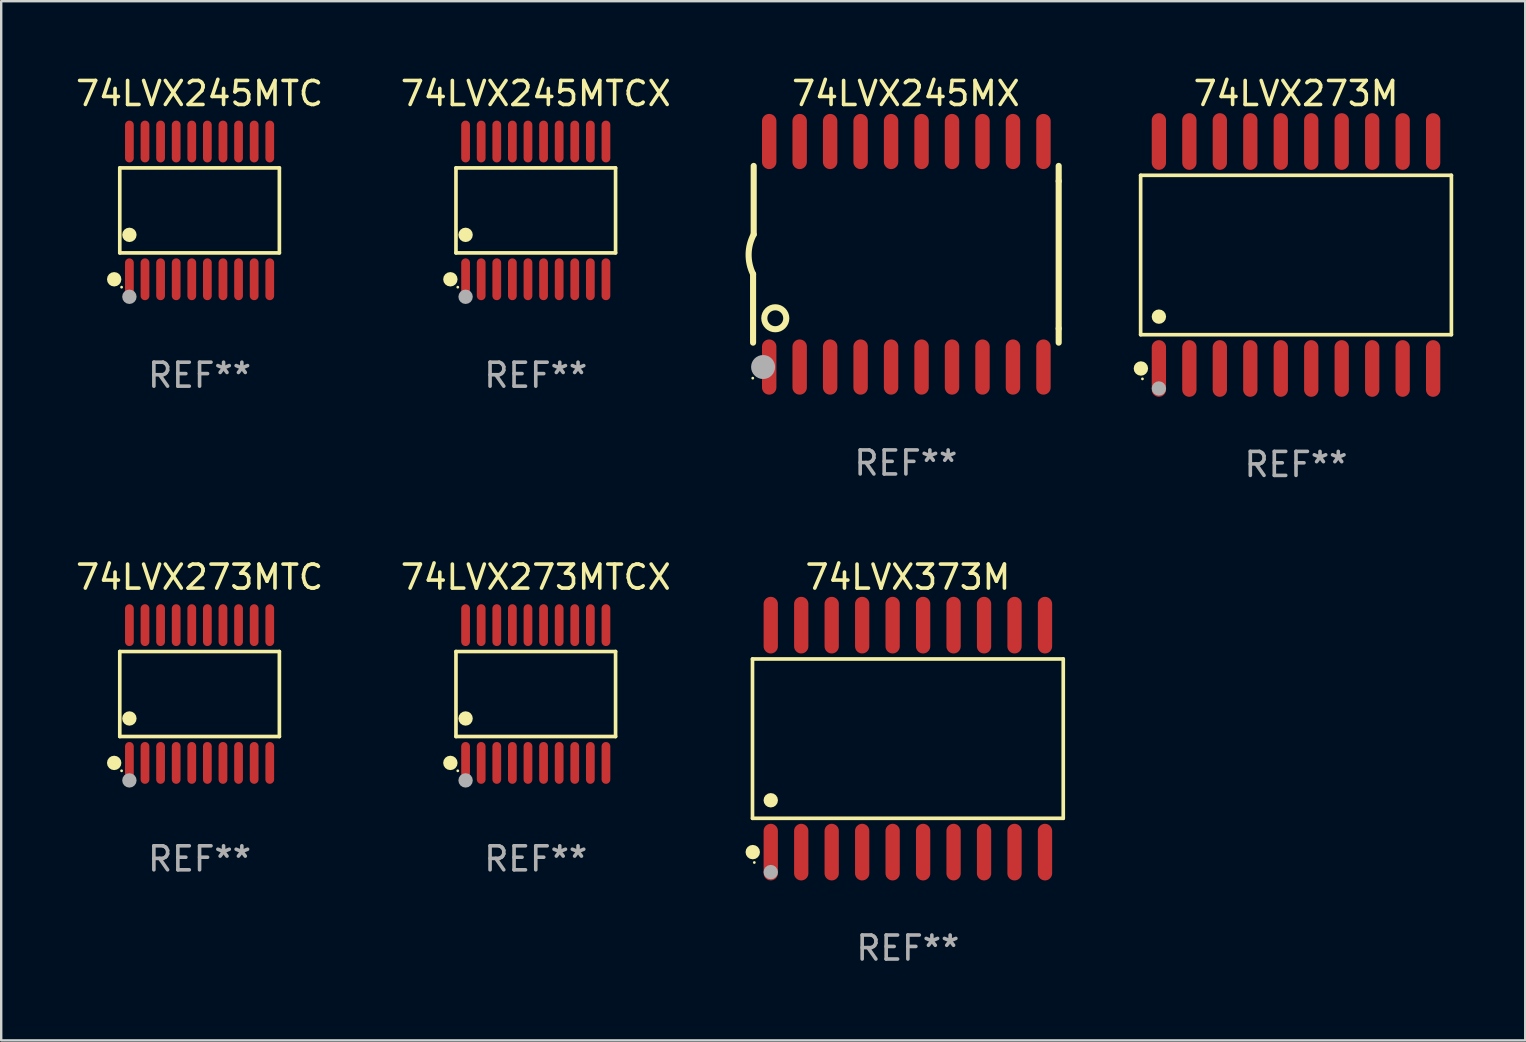
<source format=kicad_pcb>
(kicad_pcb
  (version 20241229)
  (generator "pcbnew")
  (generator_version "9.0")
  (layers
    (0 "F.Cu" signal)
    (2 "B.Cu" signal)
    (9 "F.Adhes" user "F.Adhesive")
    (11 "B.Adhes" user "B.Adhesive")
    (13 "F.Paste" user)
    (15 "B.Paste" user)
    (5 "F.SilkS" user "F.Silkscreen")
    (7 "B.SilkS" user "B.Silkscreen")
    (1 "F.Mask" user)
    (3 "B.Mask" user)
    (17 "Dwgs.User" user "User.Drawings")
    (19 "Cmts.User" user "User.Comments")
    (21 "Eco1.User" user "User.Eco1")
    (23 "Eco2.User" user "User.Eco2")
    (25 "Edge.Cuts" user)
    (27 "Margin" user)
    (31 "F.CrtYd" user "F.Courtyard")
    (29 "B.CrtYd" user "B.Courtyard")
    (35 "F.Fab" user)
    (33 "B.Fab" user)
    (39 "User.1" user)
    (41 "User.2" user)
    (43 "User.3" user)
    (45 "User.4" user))
  (footprint "74LVX245MTCX"
    (layer "F.Cu")
    (at 19.28 5.719)
    (property "Reference" "74LVX245MTCX" (at 0 -4.871 0) (layer "F.SilkS") (effects (font (size 1 1) (thickness 0.15))))
    (attr through_hole)
    (fp_line (start -3.326 -1.771) (end 3.326 -1.771) (stroke (width 0.152) (type solid)) (layer "F.SilkS"))
    (fp_line (start -3.326 1.771) (end -3.326 -1.771) (stroke (width 0.152) (type solid)) (layer "F.SilkS"))
    (fp_line (start 3.326 -1.771) (end 3.326 1.771) (stroke (width 0.152) (type solid)) (layer "F.SilkS"))
    (fp_line (start 3.326 1.771) (end -3.326 1.771) (stroke (width 0.152) (type solid)) (layer "F.SilkS"))
    (fp_circle (center -3.559 2.871) (end -3.409 2.871) (stroke (width 0.3) (type solid)) (fill no) (layer "F.SilkS"))
    (fp_circle (center -3.25 3.2) (end -3.22 3.2) (stroke (width 0.06) (type solid)) (fill no) (layer "F.SilkS"))
    (fp_circle (center -2.925 1.019) (end -2.775 1.019) (stroke (width 0.3) (type solid)) (fill no) (layer "F.SilkS"))
    (fp_circle (center -2.925 3.6) (end -2.775 3.6) (stroke (width 0.3) (type solid)) (fill no) (layer "F.Fab"))
    (fp_text user "REF**" (at 0 6.871 0) (layer "F.Fab") (effects (font (size 1 1) (thickness 0.15))))
    (pad "1" smd oval (at -2.925 2.871) (size 0.364 1.742) (layers "F.Cu" "F.Mask" "F.Paste"))
    (pad "2" smd oval (at -2.275 2.871) (size 0.364 1.742) (layers "F.Cu" "F.Mask" "F.Paste"))
    (pad "3" smd oval (at -1.625 2.871) (size 0.364 1.742) (layers "F.Cu" "F.Mask" "F.Paste"))
    (pad "4" smd oval (at -0.975 2.871) (size 0.364 1.742) (layers "F.Cu" "F.Mask" "F.Paste"))
    (pad "5" smd oval (at -0.325 2.871) (size 0.364 1.742) (layers "F.Cu" "F.Mask" "F.Paste"))
    (pad "6" smd oval (at 0.325 2.871) (size 0.364 1.742) (layers "F.Cu" "F.Mask" "F.Paste"))
    (pad "7" smd oval (at 0.975 2.871) (size 0.364 1.742) (layers "F.Cu" "F.Mask" "F.Paste"))
    (pad "8" smd oval (at 1.625 2.871) (size 0.364 1.742) (layers "F.Cu" "F.Mask" "F.Paste"))
    (pad "9" smd oval (at 2.275 2.871) (size 0.364 1.742) (layers "F.Cu" "F.Mask" "F.Paste"))
    (pad "10" smd oval (at 2.925 2.871) (size 0.364 1.742) (layers "F.Cu" "F.Mask" "F.Paste"))
    (pad "11" smd oval (at 2.925 -2.871) (size 0.364 1.742) (layers "F.Cu" "F.Mask" "F.Paste"))
    (pad "12" smd oval (at 2.275 -2.871) (size 0.364 1.742) (layers "F.Cu" "F.Mask" "F.Paste"))
    (pad "13" smd oval (at 1.625 -2.871) (size 0.364 1.742) (layers "F.Cu" "F.Mask" "F.Paste"))
    (pad "14" smd oval (at 0.975 -2.871) (size 0.364 1.742) (layers "F.Cu" "F.Mask" "F.Paste"))
    (pad "15" smd oval (at 0.325 -2.871) (size 0.364 1.742) (layers "F.Cu" "F.Mask" "F.Paste"))
    (pad "16" smd oval (at -0.325 -2.871) (size 0.364 1.742) (layers "F.Cu" "F.Mask" "F.Paste"))
    (pad "17" smd oval (at -0.975 -2.871) (size 0.364 1.742) (layers "F.Cu" "F.Mask" "F.Paste"))
    (pad "18" smd oval (at -1.625 -2.871) (size 0.364 1.742) (layers "F.Cu" "F.Mask" "F.Paste"))
    (pad "19" smd oval (at -2.275 -2.871) (size 0.364 1.742) (layers "F.Cu" "F.Mask" "F.Paste"))
    (pad "20" smd oval (at -2.925 -2.871) (size 0.364 1.742) (layers "F.Cu" "F.Mask" "F.Paste")))
  (footprint "74LVX273M"
    (layer "F.Cu")
    (at 50.966 7.578)
    (property "Reference" "74LVX273M" (at 0 -6.73 0) (layer "F.SilkS") (effects (font (size 1 1) (thickness 0.15))))
    (attr through_hole)
    (fp_line (start -6.476 -3.321) (end 6.476 -3.321) (stroke (width 0.152) (type solid)) (layer "F.SilkS"))
    (fp_line (start -6.476 3.321) (end -6.476 -3.321) (stroke (width 0.152) (type solid)) (layer "F.SilkS"))
    (fp_line (start 6.476 -3.321) (end 6.476 3.321) (stroke (width 0.152) (type solid)) (layer "F.SilkS"))
    (fp_line (start 6.476 3.321) (end -6.476 3.321) (stroke (width 0.152) (type solid)) (layer "F.SilkS"))
    (fp_circle (center -6.465 4.73) (end -6.315 4.73) (stroke (width 0.3) (type solid)) (fill no) (layer "F.SilkS"))
    (fp_circle (center -6.4 5.163) (end -6.37 5.163) (stroke (width 0.06) (type solid)) (fill no) (layer "F.SilkS"))
    (fp_circle (center -5.715 2.569) (end -5.565 2.569) (stroke (width 0.3) (type solid)) (fill no) (layer "F.SilkS"))
    (fp_circle (center -5.715 5.563) (end -5.565 5.563) (stroke (width 0.3) (type solid)) (fill no) (layer "F.Fab"))
    (fp_text user "REF**" (at 0 8.73 0) (layer "F.Fab") (effects (font (size 1 1) (thickness 0.15))))
    (pad "1" smd oval (at -5.715 4.73) (size 0.595 2.36) (layers "F.Cu" "F.Mask" "F.Paste"))
    (pad "2" smd oval (at -4.445 4.73) (size 0.595 2.36) (layers "F.Cu" "F.Mask" "F.Paste"))
    (pad "3" smd oval (at -3.175 4.73) (size 0.595 2.36) (layers "F.Cu" "F.Mask" "F.Paste"))
    (pad "4" smd oval (at -1.905 4.73) (size 0.595 2.36) (layers "F.Cu" "F.Mask" "F.Paste"))
    (pad "5" smd oval (at -0.635 4.73) (size 0.595 2.36) (layers "F.Cu" "F.Mask" "F.Paste"))
    (pad "6" smd oval (at 0.635 4.73) (size 0.595 2.36) (layers "F.Cu" "F.Mask" "F.Paste"))
    (pad "7" smd oval (at 1.905 4.73) (size 0.595 2.36) (layers "F.Cu" "F.Mask" "F.Paste"))
    (pad "8" smd oval (at 3.175 4.73) (size 0.595 2.36) (layers "F.Cu" "F.Mask" "F.Paste"))
    (pad "9" smd oval (at 4.445 4.73) (size 0.595 2.36) (layers "F.Cu" "F.Mask" "F.Paste"))
    (pad "10" smd oval (at 5.715 4.73) (size 0.595 2.36) (layers "F.Cu" "F.Mask" "F.Paste"))
    (pad "11" smd oval (at 5.715 -4.73) (size 0.595 2.36) (layers "F.Cu" "F.Mask" "F.Paste"))
    (pad "12" smd oval (at 4.445 -4.73) (size 0.595 2.36) (layers "F.Cu" "F.Mask" "F.Paste"))
    (pad "13" smd oval (at 3.175 -4.73) (size 0.595 2.36) (layers "F.Cu" "F.Mask" "F.Paste"))
    (pad "14" smd oval (at 1.905 -4.73) (size 0.595 2.36) (layers "F.Cu" "F.Mask" "F.Paste"))
    (pad "15" smd oval (at 0.635 -4.73) (size 0.595 2.36) (layers "F.Cu" "F.Mask" "F.Paste"))
    (pad "16" smd oval (at -0.635 -4.73) (size 0.595 2.36) (layers "F.Cu" "F.Mask" "F.Paste"))
    (pad "17" smd oval (at -1.905 -4.73) (size 0.595 2.36) (layers "F.Cu" "F.Mask" "F.Paste"))
    (pad "18" smd oval (at -3.175 -4.73) (size 0.595 2.36) (layers "F.Cu" "F.Mask" "F.Paste"))
    (pad "19" smd oval (at -4.445 -4.73) (size 0.595 2.36) (layers "F.Cu" "F.Mask" "F.Paste"))
    (pad "20" smd oval (at -5.715 -4.73) (size 0.595 2.36) (layers "F.Cu" "F.Mask" "F.Paste")))
  (footprint "74LVX273MTC"
    (layer "F.Cu")
    (at 5.268 25.876)
    (property "Reference" "74LVX273MTC" (at 0 -4.871 0) (layer "F.SilkS") (effects (font (size 1 1) (thickness 0.15))))
    (attr through_hole)
    (fp_line (start -3.326 -1.771) (end 3.326 -1.771) (stroke (width 0.152) (type solid)) (layer "F.SilkS"))
    (fp_line (start -3.326 1.771) (end -3.326 -1.771) (stroke (width 0.152) (type solid)) (layer "F.SilkS"))
    (fp_line (start 3.326 -1.771) (end 3.326 1.771) (stroke (width 0.152) (type solid)) (layer "F.SilkS"))
    (fp_line (start 3.326 1.771) (end -3.326 1.771) (stroke (width 0.152) (type solid)) (layer "F.SilkS"))
    (fp_circle (center -3.559 2.871) (end -3.409 2.871) (stroke (width 0.3) (type solid)) (fill no) (layer "F.SilkS"))
    (fp_circle (center -3.25 3.2) (end -3.22 3.2) (stroke (width 0.06) (type solid)) (fill no) (layer "F.SilkS"))
    (fp_circle (center -2.925 1.019) (end -2.775 1.019) (stroke (width 0.3) (type solid)) (fill no) (layer "F.SilkS"))
    (fp_circle (center -2.925 3.6) (end -2.775 3.6) (stroke (width 0.3) (type solid)) (fill no) (layer "F.Fab"))
    (fp_text user "REF**" (at 0 6.871 0) (layer "F.Fab") (effects (font (size 1 1) (thickness 0.15))))
    (pad "1" smd oval (at -2.925 2.871) (size 0.364 1.742) (layers "F.Cu" "F.Mask" "F.Paste"))
    (pad "2" smd oval (at -2.275 2.871) (size 0.364 1.742) (layers "F.Cu" "F.Mask" "F.Paste"))
    (pad "3" smd oval (at -1.625 2.871) (size 0.364 1.742) (layers "F.Cu" "F.Mask" "F.Paste"))
    (pad "4" smd oval (at -0.975 2.871) (size 0.364 1.742) (layers "F.Cu" "F.Mask" "F.Paste"))
    (pad "5" smd oval (at -0.325 2.871) (size 0.364 1.742) (layers "F.Cu" "F.Mask" "F.Paste"))
    (pad "6" smd oval (at 0.325 2.871) (size 0.364 1.742) (layers "F.Cu" "F.Mask" "F.Paste"))
    (pad "7" smd oval (at 0.975 2.871) (size 0.364 1.742) (layers "F.Cu" "F.Mask" "F.Paste"))
    (pad "8" smd oval (at 1.625 2.871) (size 0.364 1.742) (layers "F.Cu" "F.Mask" "F.Paste"))
    (pad "9" smd oval (at 2.275 2.871) (size 0.364 1.742) (layers "F.Cu" "F.Mask" "F.Paste"))
    (pad "10" smd oval (at 2.925 2.871) (size 0.364 1.742) (layers "F.Cu" "F.Mask" "F.Paste"))
    (pad "11" smd oval (at 2.925 -2.871) (size 0.364 1.742) (layers "F.Cu" "F.Mask" "F.Paste"))
    (pad "12" smd oval (at 2.275 -2.871) (size 0.364 1.742) (layers "F.Cu" "F.Mask" "F.Paste"))
    (pad "13" smd oval (at 1.625 -2.871) (size 0.364 1.742) (layers "F.Cu" "F.Mask" "F.Paste"))
    (pad "14" smd oval (at 0.975 -2.871) (size 0.364 1.742) (layers "F.Cu" "F.Mask" "F.Paste"))
    (pad "15" smd oval (at 0.325 -2.871) (size 0.364 1.742) (layers "F.Cu" "F.Mask" "F.Paste"))
    (pad "16" smd oval (at -0.325 -2.871) (size 0.364 1.742) (layers "F.Cu" "F.Mask" "F.Paste"))
    (pad "17" smd oval (at -0.975 -2.871) (size 0.364 1.742) (layers "F.Cu" "F.Mask" "F.Paste"))
    (pad "18" smd oval (at -1.625 -2.871) (size 0.364 1.742) (layers "F.Cu" "F.Mask" "F.Paste"))
    (pad "19" smd oval (at -2.275 -2.871) (size 0.364 1.742) (layers "F.Cu" "F.Mask" "F.Paste"))
    (pad "20" smd oval (at -2.925 -2.871) (size 0.364 1.742) (layers "F.Cu" "F.Mask" "F.Paste")))
  (footprint "74LVX245MTC"
    (layer "F.Cu")
    (at 5.268 5.719)
    (property "Reference" "74LVX245MTC" (at 0 -4.871 0) (layer "F.SilkS") (effects (font (size 1 1) (thickness 0.15))))
    (attr through_hole)
    (fp_line (start -3.326 -1.771) (end 3.326 -1.771) (stroke (width 0.152) (type solid)) (layer "F.SilkS"))
    (fp_line (start -3.326 1.771) (end -3.326 -1.771) (stroke (width 0.152) (type solid)) (layer "F.SilkS"))
    (fp_line (start 3.326 -1.771) (end 3.326 1.771) (stroke (width 0.152) (type solid)) (layer "F.SilkS"))
    (fp_line (start 3.326 1.771) (end -3.326 1.771) (stroke (width 0.152) (type solid)) (layer "F.SilkS"))
    (fp_circle (center -3.559 2.871) (end -3.409 2.871) (stroke (width 0.3) (type solid)) (fill no) (layer "F.SilkS"))
    (fp_circle (center -3.25 3.2) (end -3.22 3.2) (stroke (width 0.06) (type solid)) (fill no) (layer "F.SilkS"))
    (fp_circle (center -2.925 1.019) (end -2.775 1.019) (stroke (width 0.3) (type solid)) (fill no) (layer "F.SilkS"))
    (fp_circle (center -2.925 3.6) (end -2.775 3.6) (stroke (width 0.3) (type solid)) (fill no) (layer "F.Fab"))
    (fp_text user "REF**" (at 0 6.871 0) (layer "F.Fab") (effects (font (size 1 1) (thickness 0.15))))
    (pad "1" smd oval (at -2.925 2.871) (size 0.364 1.742) (layers "F.Cu" "F.Mask" "F.Paste"))
    (pad "2" smd oval (at -2.275 2.871) (size 0.364 1.742) (layers "F.Cu" "F.Mask" "F.Paste"))
    (pad "3" smd oval (at -1.625 2.871) (size 0.364 1.742) (layers "F.Cu" "F.Mask" "F.Paste"))
    (pad "4" smd oval (at -0.975 2.871) (size 0.364 1.742) (layers "F.Cu" "F.Mask" "F.Paste"))
    (pad "5" smd oval (at -0.325 2.871) (size 0.364 1.742) (layers "F.Cu" "F.Mask" "F.Paste"))
    (pad "6" smd oval (at 0.325 2.871) (size 0.364 1.742) (layers "F.Cu" "F.Mask" "F.Paste"))
    (pad "7" smd oval (at 0.975 2.871) (size 0.364 1.742) (layers "F.Cu" "F.Mask" "F.Paste"))
    (pad "8" smd oval (at 1.625 2.871) (size 0.364 1.742) (layers "F.Cu" "F.Mask" "F.Paste"))
    (pad "9" smd oval (at 2.275 2.871) (size 0.364 1.742) (layers "F.Cu" "F.Mask" "F.Paste"))
    (pad "10" smd oval (at 2.925 2.871) (size 0.364 1.742) (layers "F.Cu" "F.Mask" "F.Paste"))
    (pad "11" smd oval (at 2.925 -2.871) (size 0.364 1.742) (layers "F.Cu" "F.Mask" "F.Paste"))
    (pad "12" smd oval (at 2.275 -2.871) (size 0.364 1.742) (layers "F.Cu" "F.Mask" "F.Paste"))
    (pad "13" smd oval (at 1.625 -2.871) (size 0.364 1.742) (layers "F.Cu" "F.Mask" "F.Paste"))
    (pad "14" smd oval (at 0.975 -2.871) (size 0.364 1.742) (layers "F.Cu" "F.Mask" "F.Paste"))
    (pad "15" smd oval (at 0.325 -2.871) (size 0.364 1.742) (layers "F.Cu" "F.Mask" "F.Paste"))
    (pad "16" smd oval (at -0.325 -2.871) (size 0.364 1.742) (layers "F.Cu" "F.Mask" "F.Paste"))
    (pad "17" smd oval (at -0.975 -2.871) (size 0.364 1.742) (layers "F.Cu" "F.Mask" "F.Paste"))
    (pad "18" smd oval (at -1.625 -2.871) (size 0.364 1.742) (layers "F.Cu" "F.Mask" "F.Paste"))
    (pad "19" smd oval (at -2.275 -2.871) (size 0.364 1.742) (layers "F.Cu" "F.Mask" "F.Paste"))
    (pad "20" smd oval (at -2.925 -2.871) (size 0.364 1.742) (layers "F.Cu" "F.Mask" "F.Paste")))
  (footprint "74LVX273MTCX"
    (layer "F.Cu")
    (at 19.28 25.876)
    (property "Reference" "74LVX273MTCX" (at 0 -4.871 0) (layer "F.SilkS") (effects (font (size 1 1) (thickness 0.15))))
    (attr through_hole)
    (fp_line (start -3.326 -1.771) (end 3.326 -1.771) (stroke (width 0.152) (type solid)) (layer "F.SilkS"))
    (fp_line (start -3.326 1.771) (end -3.326 -1.771) (stroke (width 0.152) (type solid)) (layer "F.SilkS"))
    (fp_line (start 3.326 -1.771) (end 3.326 1.771) (stroke (width 0.152) (type solid)) (layer "F.SilkS"))
    (fp_line (start 3.326 1.771) (end -3.326 1.771) (stroke (width 0.152) (type solid)) (layer "F.SilkS"))
    (fp_circle (center -3.559 2.871) (end -3.409 2.871) (stroke (width 0.3) (type solid)) (fill no) (layer "F.SilkS"))
    (fp_circle (center -3.25 3.2) (end -3.22 3.2) (stroke (width 0.06) (type solid)) (fill no) (layer "F.SilkS"))
    (fp_circle (center -2.925 1.019) (end -2.775 1.019) (stroke (width 0.3) (type solid)) (fill no) (layer "F.SilkS"))
    (fp_circle (center -2.925 3.6) (end -2.775 3.6) (stroke (width 0.3) (type solid)) (fill no) (layer "F.Fab"))
    (fp_text user "REF**" (at 0 6.871 0) (layer "F.Fab") (effects (font (size 1 1) (thickness 0.15))))
    (pad "1" smd oval (at -2.925 2.871) (size 0.364 1.742) (layers "F.Cu" "F.Mask" "F.Paste"))
    (pad "2" smd oval (at -2.275 2.871) (size 0.364 1.742) (layers "F.Cu" "F.Mask" "F.Paste"))
    (pad "3" smd oval (at -1.625 2.871) (size 0.364 1.742) (layers "F.Cu" "F.Mask" "F.Paste"))
    (pad "4" smd oval (at -0.975 2.871) (size 0.364 1.742) (layers "F.Cu" "F.Mask" "F.Paste"))
    (pad "5" smd oval (at -0.325 2.871) (size 0.364 1.742) (layers "F.Cu" "F.Mask" "F.Paste"))
    (pad "6" smd oval (at 0.325 2.871) (size 0.364 1.742) (layers "F.Cu" "F.Mask" "F.Paste"))
    (pad "7" smd oval (at 0.975 2.871) (size 0.364 1.742) (layers "F.Cu" "F.Mask" "F.Paste"))
    (pad "8" smd oval (at 1.625 2.871) (size 0.364 1.742) (layers "F.Cu" "F.Mask" "F.Paste"))
    (pad "9" smd oval (at 2.275 2.871) (size 0.364 1.742) (layers "F.Cu" "F.Mask" "F.Paste"))
    (pad "10" smd oval (at 2.925 2.871) (size 0.364 1.742) (layers "F.Cu" "F.Mask" "F.Paste"))
    (pad "11" smd oval (at 2.925 -2.871) (size 0.364 1.742) (layers "F.Cu" "F.Mask" "F.Paste"))
    (pad "12" smd oval (at 2.275 -2.871) (size 0.364 1.742) (layers "F.Cu" "F.Mask" "F.Paste"))
    (pad "13" smd oval (at 1.625 -2.871) (size 0.364 1.742) (layers "F.Cu" "F.Mask" "F.Paste"))
    (pad "14" smd oval (at 0.975 -2.871) (size 0.364 1.742) (layers "F.Cu" "F.Mask" "F.Paste"))
    (pad "15" smd oval (at 0.325 -2.871) (size 0.364 1.742) (layers "F.Cu" "F.Mask" "F.Paste"))
    (pad "16" smd oval (at -0.325 -2.871) (size 0.364 1.742) (layers "F.Cu" "F.Mask" "F.Paste"))
    (pad "17" smd oval (at -0.975 -2.871) (size 0.364 1.742) (layers "F.Cu" "F.Mask" "F.Paste"))
    (pad "18" smd oval (at -1.625 -2.871) (size 0.364 1.742) (layers "F.Cu" "F.Mask" "F.Paste"))
    (pad "19" smd oval (at -2.275 -2.871) (size 0.364 1.742) (layers "F.Cu" "F.Mask" "F.Paste"))
    (pad "20" smd oval (at -2.925 -2.871) (size 0.364 1.742) (layers "F.Cu" "F.Mask" "F.Paste")))
  (footprint "74LVX245MX"
    (layer "F.Cu")
    (at 34.706 7.548)
    (property "Reference" "74LVX245MX" (at 0 -6.7 0) (layer "F.SilkS") (effects (font (size 1 1) (thickness 0.15))))
    (attr through_hole)
    (fp_line (start -6.369 0.826) (end -6.369 3.683) (stroke (width 0.254) (type solid)) (layer "F.SilkS"))
    (fp_line (start -6.343 -0.825) (end -6.343 -3.683) (stroke (width 0.254) (type solid)) (layer "F.SilkS"))
    (fp_line (start 6.369 -3.048) (end 6.369 -3.683) (stroke (width 0.254) (type solid)) (layer "F.SilkS"))
    (fp_line (start 6.369 -3.048) (end 6.369 3.096) (stroke (width 0.254) (type solid)) (layer "F.SilkS"))
    (fp_line (start 6.369 3.096) (end 6.369 3.683) (stroke (width 0.254) (type solid)) (layer "F.SilkS"))
    (fp_arc (start -6.36853 0.825552) (mid -6.554743 -0.00301) (end -6.343129 -0.825451) (stroke (width 0.254001) (type solid)) (layer "F.SilkS"))
    (fp_circle (center -6.382 5.163) (end -6.352 5.163) (stroke (width 0.06) (type solid)) (fill no) (layer "F.SilkS"))
    (fp_circle (center -5.443 2.667) (end -4.985 2.667) (stroke (width 0.254) (type solid)) (fill no) (layer "F.SilkS"))
    (fp_circle (center -5.951 4.699) (end -5.701 4.699) (stroke (width 0.5) (type solid)) (fill no) (layer "F.Fab"))
    (fp_text user "REF**" (at 0 8.7 0) (layer "F.Fab") (effects (font (size 1 1) (thickness 0.15))))
    (pad "1" smd oval (at -5.697 4.7 180) (size 0.6 2.3) (layers "F.Cu" "F.Mask" "F.Paste"))
    (pad "2" smd oval (at -4.427 4.7 180) (size 0.6 2.3) (layers "F.Cu" "F.Mask" "F.Paste"))
    (pad "3" smd oval (at -3.157 4.7 180) (size 0.6 2.3) (layers "F.Cu" "F.Mask" "F.Paste"))
    (pad "4" smd oval (at -1.887 4.7 180) (size 0.6 2.3) (layers "F.Cu" "F.Mask" "F.Paste"))
    (pad "5" smd oval (at -0.617 4.7 180) (size 0.6 2.3) (layers "F.Cu" "F.Mask" "F.Paste"))
    (pad "6" smd oval (at 0.653 4.7 180) (size 0.6 2.3) (layers "F.Cu" "F.Mask" "F.Paste"))
    (pad "7" smd oval (at 1.923 4.7 180) (size 0.6 2.3) (layers "F.Cu" "F.Mask" "F.Paste"))
    (pad "8" smd oval (at 3.193 4.7 180) (size 0.6 2.3) (layers "F.Cu" "F.Mask" "F.Paste"))
    (pad "9" smd oval (at 4.463 4.7 180) (size 0.6 2.3) (layers "F.Cu" "F.Mask" "F.Paste"))
    (pad "10" smd oval (at 5.734 4.7 180) (size 0.6 2.3) (layers "F.Cu" "F.Mask" "F.Paste"))
    (pad "11" smd oval (at 5.734 -4.7 180) (size 0.6 2.3) (layers "F.Cu" "F.Mask" "F.Paste"))
    (pad "12" smd oval (at 4.463 -4.7 180) (size 0.6 2.3) (layers "F.Cu" "F.Mask" "F.Paste"))
    (pad "13" smd oval (at 3.193 -4.7 180) (size 0.6 2.3) (layers "F.Cu" "F.Mask" "F.Paste"))
    (pad "14" smd oval (at 1.923 -4.7 180) (size 0.6 2.3) (layers "F.Cu" "F.Mask" "F.Paste"))
    (pad "15" smd oval (at 0.653 -4.7 180) (size 0.6 2.3) (layers "F.Cu" "F.Mask" "F.Paste"))
    (pad "16" smd oval (at -0.617 -4.7 180) (size 0.6 2.3) (layers "F.Cu" "F.Mask" "F.Paste"))
    (pad "17" smd oval (at -1.887 -4.7 180) (size 0.6 2.3) (layers "F.Cu" "F.Mask" "F.Paste"))
    (pad "18" smd oval (at -3.157 -4.7 180) (size 0.6 2.3) (layers "F.Cu" "F.Mask" "F.Paste"))
    (pad "19" smd oval (at -4.427 -4.7 180) (size 0.6 2.3) (layers "F.Cu" "F.Mask" "F.Paste"))
    (pad "20" smd oval (at -5.697 -4.7 180) (size 0.6 2.3) (layers "F.Cu" "F.Mask" "F.Paste")))
  (footprint "74LVX373M"
    (layer "F.Cu")
    (at 34.789 27.735)
    (property "Reference" "74LVX373M" (at 0 -6.73 0) (layer "F.SilkS") (effects (font (size 1 1) (thickness 0.15))))
    (attr through_hole)
    (fp_line (start -6.476 -3.321) (end 6.476 -3.321) (stroke (width 0.152) (type solid)) (layer "F.SilkS"))
    (fp_line (start -6.476 3.321) (end -6.476 -3.321) (stroke (width 0.152) (type solid)) (layer "F.SilkS"))
    (fp_line (start 6.476 -3.321) (end 6.476 3.321) (stroke (width 0.152) (type solid)) (layer "F.SilkS"))
    (fp_line (start 6.476 3.321) (end -6.476 3.321) (stroke (width 0.152) (type solid)) (layer "F.SilkS"))
    (fp_circle (center -6.465 4.73) (end -6.315 4.73) (stroke (width 0.3) (type solid)) (fill no) (layer "F.SilkS"))
    (fp_circle (center -6.4 5.163) (end -6.37 5.163) (stroke (width 0.06) (type solid)) (fill no) (layer "F.SilkS"))
    (fp_circle (center -5.715 2.569) (end -5.565 2.569) (stroke (width 0.3) (type solid)) (fill no) (layer "F.SilkS"))
    (fp_circle (center -5.715 5.563) (end -5.565 5.563) (stroke (width 0.3) (type solid)) (fill no) (layer "F.Fab"))
    (fp_text user "REF**" (at 0 8.73 0) (layer "F.Fab") (effects (font (size 1 1) (thickness 0.15))))
    (pad "1" smd oval (at -5.715 4.73) (size 0.595 2.36) (layers "F.Cu" "F.Mask" "F.Paste"))
    (pad "2" smd oval (at -4.445 4.73) (size 0.595 2.36) (layers "F.Cu" "F.Mask" "F.Paste"))
    (pad "3" smd oval (at -3.175 4.73) (size 0.595 2.36) (layers "F.Cu" "F.Mask" "F.Paste"))
    (pad "4" smd oval (at -1.905 4.73) (size 0.595 2.36) (layers "F.Cu" "F.Mask" "F.Paste"))
    (pad "5" smd oval (at -0.635 4.73) (size 0.595 2.36) (layers "F.Cu" "F.Mask" "F.Paste"))
    (pad "6" smd oval (at 0.635 4.73) (size 0.595 2.36) (layers "F.Cu" "F.Mask" "F.Paste"))
    (pad "7" smd oval (at 1.905 4.73) (size 0.595 2.36) (layers "F.Cu" "F.Mask" "F.Paste"))
    (pad "8" smd oval (at 3.175 4.73) (size 0.595 2.36) (layers "F.Cu" "F.Mask" "F.Paste"))
    (pad "9" smd oval (at 4.445 4.73) (size 0.595 2.36) (layers "F.Cu" "F.Mask" "F.Paste"))
    (pad "10" smd oval (at 5.715 4.73) (size 0.595 2.36) (layers "F.Cu" "F.Mask" "F.Paste"))
    (pad "11" smd oval (at 5.715 -4.73) (size 0.595 2.36) (layers "F.Cu" "F.Mask" "F.Paste"))
    (pad "12" smd oval (at 4.445 -4.73) (size 0.595 2.36) (layers "F.Cu" "F.Mask" "F.Paste"))
    (pad "13" smd oval (at 3.175 -4.73) (size 0.595 2.36) (layers "F.Cu" "F.Mask" "F.Paste"))
    (pad "14" smd oval (at 1.905 -4.73) (size 0.595 2.36) (layers "F.Cu" "F.Mask" "F.Paste"))
    (pad "15" smd oval (at 0.635 -4.73) (size 0.595 2.36) (layers "F.Cu" "F.Mask" "F.Paste"))
    (pad "16" smd oval (at -0.635 -4.73) (size 0.595 2.36) (layers "F.Cu" "F.Mask" "F.Paste"))
    (pad "17" smd oval (at -1.905 -4.73) (size 0.595 2.36) (layers "F.Cu" "F.Mask" "F.Paste"))
    (pad "18" smd oval (at -3.175 -4.73) (size 0.595 2.36) (layers "F.Cu" "F.Mask" "F.Paste"))
    (pad "19" smd oval (at -4.445 -4.73) (size 0.595 2.36) (layers "F.Cu" "F.Mask" "F.Paste"))
    (pad "20" smd oval (at -5.715 -4.73) (size 0.595 2.36) (layers "F.Cu" "F.Mask" "F.Paste")))
  (gr_rect
    (start -3 -3)
    (end 60.519 40.313)
    (stroke (width 0.1) (type default))
    (fill no)
    (layer "Edge.Cuts")))
</source>
